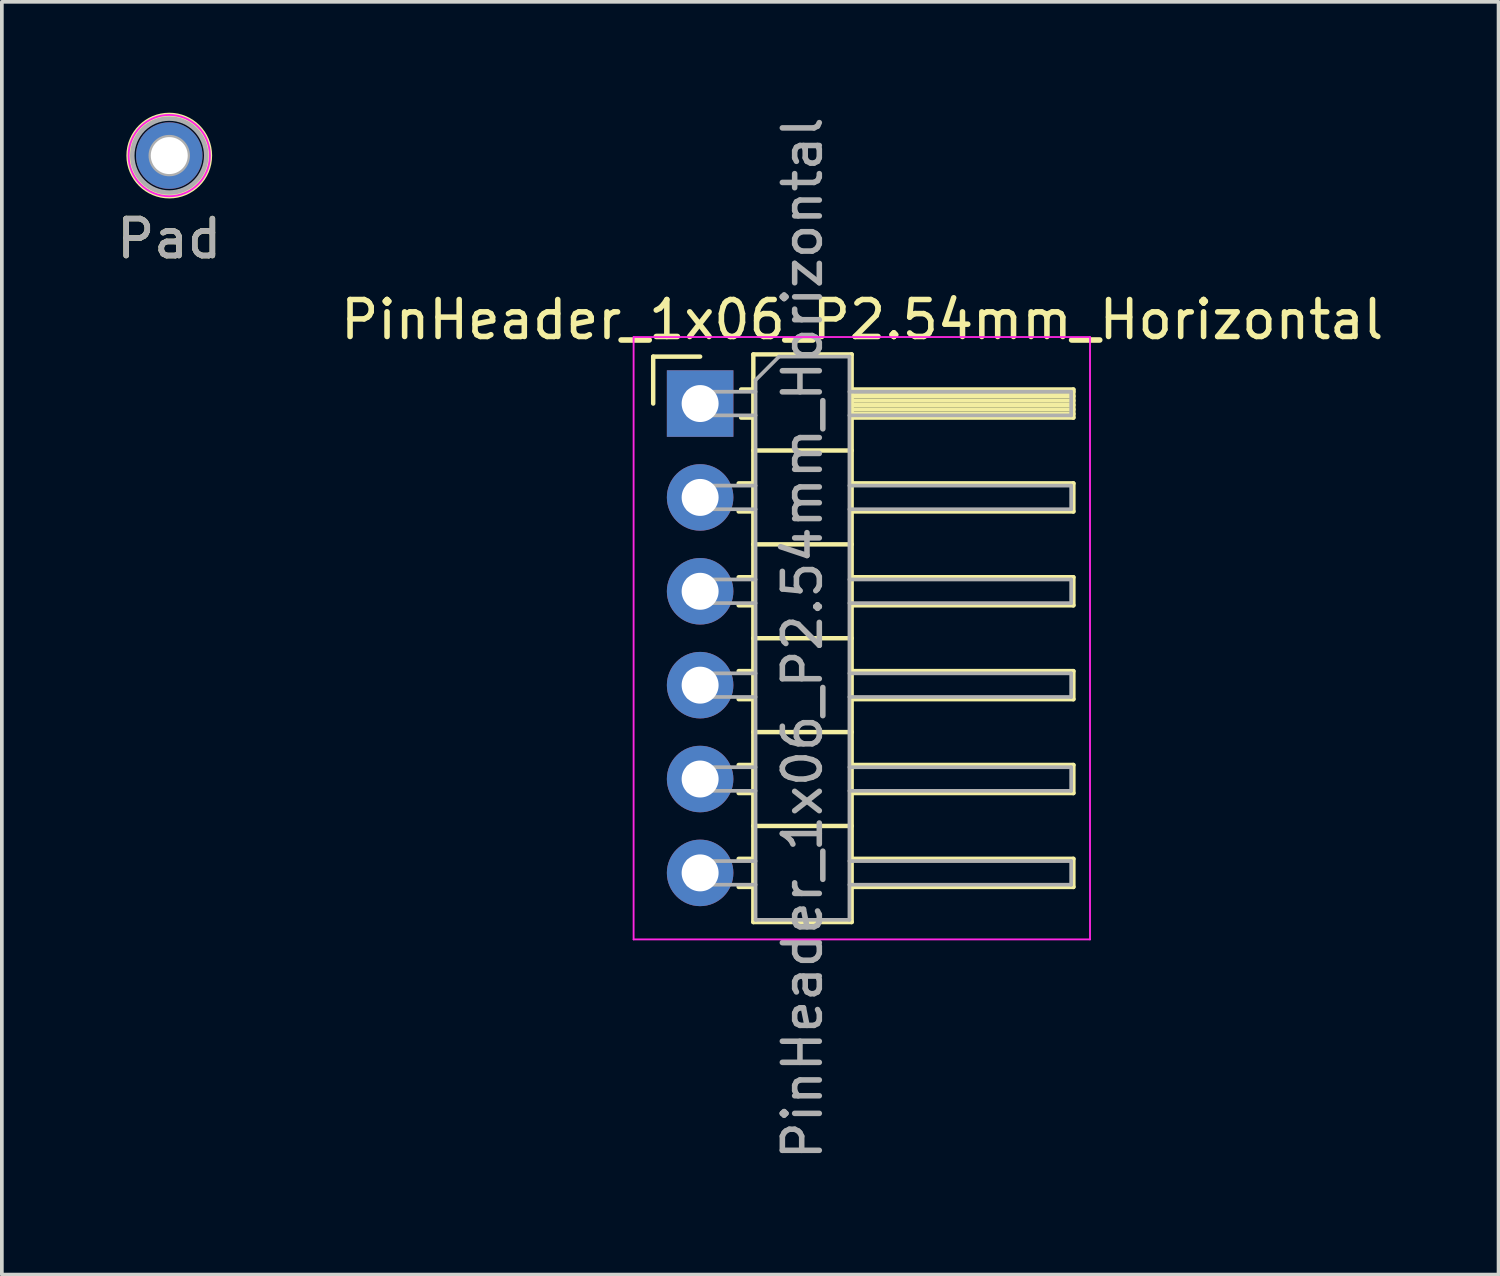
<source format=kicad_pcb>
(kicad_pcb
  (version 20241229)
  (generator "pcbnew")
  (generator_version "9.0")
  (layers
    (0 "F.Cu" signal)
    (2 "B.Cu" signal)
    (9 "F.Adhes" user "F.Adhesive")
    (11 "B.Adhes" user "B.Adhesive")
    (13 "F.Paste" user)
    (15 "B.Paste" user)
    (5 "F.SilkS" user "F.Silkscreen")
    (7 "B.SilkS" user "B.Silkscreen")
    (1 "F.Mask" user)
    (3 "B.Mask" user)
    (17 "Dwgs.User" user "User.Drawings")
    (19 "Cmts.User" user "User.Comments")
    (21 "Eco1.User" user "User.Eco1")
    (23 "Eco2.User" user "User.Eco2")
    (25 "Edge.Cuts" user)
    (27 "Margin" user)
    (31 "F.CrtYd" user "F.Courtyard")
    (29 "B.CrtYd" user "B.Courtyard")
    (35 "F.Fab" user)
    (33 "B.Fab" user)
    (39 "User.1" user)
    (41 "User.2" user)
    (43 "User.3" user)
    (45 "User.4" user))
  (footprint "PinHeader_1x06_P2.54mm_Horizontal"
    (layer "F.Cu")
    (at 15.895 7.87)
    (property "Reference" "PinHeader_1x06_P2.54mm_Horizontal" (at 4.385 -2.27 0) (layer "F.SilkS") (effects (font (size 1 1) (thickness 0.15))))
    (attr through_hole)
    (fp_line (start -1.27 -1.27) (end 0 -1.27) (stroke (width 0.12) (type solid)) (layer "F.SilkS"))
    (fp_line (start -1.27 0) (end -1.27 -1.27) (stroke (width 0.12) (type solid)) (layer "F.SilkS"))
    (fp_line (start 1.043 2.16) (end 1.44 2.16) (stroke (width 0.12) (type solid)) (layer "F.SilkS"))
    (fp_line (start 1.043 2.92) (end 1.44 2.92) (stroke (width 0.12) (type solid)) (layer "F.SilkS"))
    (fp_line (start 1.043 4.7) (end 1.44 4.7) (stroke (width 0.12) (type solid)) (layer "F.SilkS"))
    (fp_line (start 1.043 5.46) (end 1.44 5.46) (stroke (width 0.12) (type solid)) (layer "F.SilkS"))
    (fp_line (start 1.043 7.24) (end 1.44 7.24) (stroke (width 0.12) (type solid)) (layer "F.SilkS"))
    (fp_line (start 1.043 8) (end 1.44 8) (stroke (width 0.12) (type solid)) (layer "F.SilkS"))
    (fp_line (start 1.043 9.78) (end 1.44 9.78) (stroke (width 0.12) (type solid)) (layer "F.SilkS"))
    (fp_line (start 1.043 10.54) (end 1.44 10.54) (stroke (width 0.12) (type solid)) (layer "F.SilkS"))
    (fp_line (start 1.043 12.32) (end 1.44 12.32) (stroke (width 0.12) (type solid)) (layer "F.SilkS"))
    (fp_line (start 1.043 13.08) (end 1.44 13.08) (stroke (width 0.12) (type solid)) (layer "F.SilkS"))
    (fp_line (start 1.11 -0.38) (end 1.44 -0.38) (stroke (width 0.12) (type solid)) (layer "F.SilkS"))
    (fp_line (start 1.11 0.38) (end 1.44 0.38) (stroke (width 0.12) (type solid)) (layer "F.SilkS"))
    (fp_line (start 1.44 -1.33) (end 1.44 14.03) (stroke (width 0.12) (type solid)) (layer "F.SilkS"))
    (fp_line (start 1.44 1.27) (end 4.1 1.27) (stroke (width 0.12) (type solid)) (layer "F.SilkS"))
    (fp_line (start 1.44 3.81) (end 4.1 3.81) (stroke (width 0.12) (type solid)) (layer "F.SilkS"))
    (fp_line (start 1.44 6.35) (end 4.1 6.35) (stroke (width 0.12) (type solid)) (layer "F.SilkS"))
    (fp_line (start 1.44 8.89) (end 4.1 8.89) (stroke (width 0.12) (type solid)) (layer "F.SilkS"))
    (fp_line (start 1.44 11.43) (end 4.1 11.43) (stroke (width 0.12) (type solid)) (layer "F.SilkS"))
    (fp_line (start 1.44 14.03) (end 4.1 14.03) (stroke (width 0.12) (type solid)) (layer "F.SilkS"))
    (fp_line (start 4.1 -1.33) (end 1.44 -1.33) (stroke (width 0.12) (type solid)) (layer "F.SilkS"))
    (fp_line (start 4.1 -0.38) (end 10.1 -0.38) (stroke (width 0.12) (type solid)) (layer "F.SilkS"))
    (fp_line (start 4.1 -0.32) (end 10.1 -0.32) (stroke (width 0.12) (type solid)) (layer "F.SilkS"))
    (fp_line (start 4.1 -0.2) (end 10.1 -0.2) (stroke (width 0.12) (type solid)) (layer "F.SilkS"))
    (fp_line (start 4.1 -0.08) (end 10.1 -0.08) (stroke (width 0.12) (type solid)) (layer "F.SilkS"))
    (fp_line (start 4.1 0.04) (end 10.1 0.04) (stroke (width 0.12) (type solid)) (layer "F.SilkS"))
    (fp_line (start 4.1 0.16) (end 10.1 0.16) (stroke (width 0.12) (type solid)) (layer "F.SilkS"))
    (fp_line (start 4.1 0.28) (end 10.1 0.28) (stroke (width 0.12) (type solid)) (layer "F.SilkS"))
    (fp_line (start 4.1 2.16) (end 10.1 2.16) (stroke (width 0.12) (type solid)) (layer "F.SilkS"))
    (fp_line (start 4.1 4.7) (end 10.1 4.7) (stroke (width 0.12) (type solid)) (layer "F.SilkS"))
    (fp_line (start 4.1 7.24) (end 10.1 7.24) (stroke (width 0.12) (type solid)) (layer "F.SilkS"))
    (fp_line (start 4.1 9.78) (end 10.1 9.78) (stroke (width 0.12) (type solid)) (layer "F.SilkS"))
    (fp_line (start 4.1 12.32) (end 10.1 12.32) (stroke (width 0.12) (type solid)) (layer "F.SilkS"))
    (fp_line (start 4.1 14.03) (end 4.1 -1.33) (stroke (width 0.12) (type solid)) (layer "F.SilkS"))
    (fp_line (start 10.1 -0.38) (end 10.1 0.38) (stroke (width 0.12) (type solid)) (layer "F.SilkS"))
    (fp_line (start 10.1 0.38) (end 4.1 0.38) (stroke (width 0.12) (type solid)) (layer "F.SilkS"))
    (fp_line (start 10.1 2.16) (end 10.1 2.92) (stroke (width 0.12) (type solid)) (layer "F.SilkS"))
    (fp_line (start 10.1 2.92) (end 4.1 2.92) (stroke (width 0.12) (type solid)) (layer "F.SilkS"))
    (fp_line (start 10.1 4.7) (end 10.1 5.46) (stroke (width 0.12) (type solid)) (layer "F.SilkS"))
    (fp_line (start 10.1 5.46) (end 4.1 5.46) (stroke (width 0.12) (type solid)) (layer "F.SilkS"))
    (fp_line (start 10.1 7.24) (end 10.1 8) (stroke (width 0.12) (type solid)) (layer "F.SilkS"))
    (fp_line (start 10.1 8) (end 4.1 8) (stroke (width 0.12) (type solid)) (layer "F.SilkS"))
    (fp_line (start 10.1 9.78) (end 10.1 10.54) (stroke (width 0.12) (type solid)) (layer "F.SilkS"))
    (fp_line (start 10.1 10.54) (end 4.1 10.54) (stroke (width 0.12) (type solid)) (layer "F.SilkS"))
    (fp_line (start 10.1 12.32) (end 10.1 13.08) (stroke (width 0.12) (type solid)) (layer "F.SilkS"))
    (fp_line (start 10.1 13.08) (end 4.1 13.08) (stroke (width 0.12) (type solid)) (layer "F.SilkS"))
    (fp_line (start -1.8 -1.8) (end -1.8 14.5) (stroke (width 0.05) (type solid)) (layer "F.CrtYd"))
    (fp_line (start -1.8 14.5) (end 10.55 14.5) (stroke (width 0.05) (type solid)) (layer "F.CrtYd"))
    (fp_line (start 10.55 -1.8) (end -1.8 -1.8) (stroke (width 0.05) (type solid)) (layer "F.CrtYd"))
    (fp_line (start 10.55 14.5) (end 10.55 -1.8) (stroke (width 0.05) (type solid)) (layer "F.CrtYd"))
    (fp_line (start -0.32 -0.32) (end -0.32 0.32) (stroke (width 0.1) (type solid)) (layer "F.Fab"))
    (fp_line (start -0.32 -0.32) (end 1.5 -0.32) (stroke (width 0.1) (type solid)) (layer "F.Fab"))
    (fp_line (start -0.32 0.32) (end 1.5 0.32) (stroke (width 0.1) (type solid)) (layer "F.Fab"))
    (fp_line (start -0.32 2.22) (end -0.32 2.86) (stroke (width 0.1) (type solid)) (layer "F.Fab"))
    (fp_line (start -0.32 2.22) (end 1.5 2.22) (stroke (width 0.1) (type solid)) (layer "F.Fab"))
    (fp_line (start -0.32 2.86) (end 1.5 2.86) (stroke (width 0.1) (type solid)) (layer "F.Fab"))
    (fp_line (start -0.32 4.76) (end -0.32 5.4) (stroke (width 0.1) (type solid)) (layer "F.Fab"))
    (fp_line (start -0.32 4.76) (end 1.5 4.76) (stroke (width 0.1) (type solid)) (layer "F.Fab"))
    (fp_line (start -0.32 5.4) (end 1.5 5.4) (stroke (width 0.1) (type solid)) (layer "F.Fab"))
    (fp_line (start -0.32 7.3) (end -0.32 7.94) (stroke (width 0.1) (type solid)) (layer "F.Fab"))
    (fp_line (start -0.32 7.3) (end 1.5 7.3) (stroke (width 0.1) (type solid)) (layer "F.Fab"))
    (fp_line (start -0.32 7.94) (end 1.5 7.94) (stroke (width 0.1) (type solid)) (layer "F.Fab"))
    (fp_line (start -0.32 9.84) (end -0.32 10.48) (stroke (width 0.1) (type solid)) (layer "F.Fab"))
    (fp_line (start -0.32 9.84) (end 1.5 9.84) (stroke (width 0.1) (type solid)) (layer "F.Fab"))
    (fp_line (start -0.32 10.48) (end 1.5 10.48) (stroke (width 0.1) (type solid)) (layer "F.Fab"))
    (fp_line (start -0.32 12.38) (end -0.32 13.02) (stroke (width 0.1) (type solid)) (layer "F.Fab"))
    (fp_line (start -0.32 12.38) (end 1.5 12.38) (stroke (width 0.1) (type solid)) (layer "F.Fab"))
    (fp_line (start -0.32 13.02) (end 1.5 13.02) (stroke (width 0.1) (type solid)) (layer "F.Fab"))
    (fp_line (start 1.5 -0.635) (end 2.135 -1.27) (stroke (width 0.1) (type solid)) (layer "F.Fab"))
    (fp_line (start 1.5 13.97) (end 1.5 -0.635) (stroke (width 0.1) (type solid)) (layer "F.Fab"))
    (fp_line (start 2.135 -1.27) (end 4.04 -1.27) (stroke (width 0.1) (type solid)) (layer "F.Fab"))
    (fp_line (start 4.04 -1.27) (end 4.04 13.97) (stroke (width 0.1) (type solid)) (layer "F.Fab"))
    (fp_line (start 4.04 -0.32) (end 10.04 -0.32) (stroke (width 0.1) (type solid)) (layer "F.Fab"))
    (fp_line (start 4.04 0.32) (end 10.04 0.32) (stroke (width 0.1) (type solid)) (layer "F.Fab"))
    (fp_line (start 4.04 2.22) (end 10.04 2.22) (stroke (width 0.1) (type solid)) (layer "F.Fab"))
    (fp_line (start 4.04 2.86) (end 10.04 2.86) (stroke (width 0.1) (type solid)) (layer "F.Fab"))
    (fp_line (start 4.04 4.76) (end 10.04 4.76) (stroke (width 0.1) (type solid)) (layer "F.Fab"))
    (fp_line (start 4.04 5.4) (end 10.04 5.4) (stroke (width 0.1) (type solid)) (layer "F.Fab"))
    (fp_line (start 4.04 7.3) (end 10.04 7.3) (stroke (width 0.1) (type solid)) (layer "F.Fab"))
    (fp_line (start 4.04 7.94) (end 10.04 7.94) (stroke (width 0.1) (type solid)) (layer "F.Fab"))
    (fp_line (start 4.04 9.84) (end 10.04 9.84) (stroke (width 0.1) (type solid)) (layer "F.Fab"))
    (fp_line (start 4.04 10.48) (end 10.04 10.48) (stroke (width 0.1) (type solid)) (layer "F.Fab"))
    (fp_line (start 4.04 12.38) (end 10.04 12.38) (stroke (width 0.1) (type solid)) (layer "F.Fab"))
    (fp_line (start 4.04 13.02) (end 10.04 13.02) (stroke (width 0.1) (type solid)) (layer "F.Fab"))
    (fp_line (start 4.04 13.97) (end 1.5 13.97) (stroke (width 0.1) (type solid)) (layer "F.Fab"))
    (fp_line (start 10.04 -0.32) (end 10.04 0.32) (stroke (width 0.1) (type solid)) (layer "F.Fab"))
    (fp_line (start 10.04 2.22) (end 10.04 2.86) (stroke (width 0.1) (type solid)) (layer "F.Fab"))
    (fp_line (start 10.04 4.76) (end 10.04 5.4) (stroke (width 0.1) (type solid)) (layer "F.Fab"))
    (fp_line (start 10.04 7.3) (end 10.04 7.94) (stroke (width 0.1) (type solid)) (layer "F.Fab"))
    (fp_line (start 10.04 9.84) (end 10.04 10.48) (stroke (width 0.1) (type solid)) (layer "F.Fab"))
    (fp_line (start 10.04 12.38) (end 10.04 13.02) (stroke (width 0.1) (type solid)) (layer "F.Fab"))
    (fp_text user "${REFERENCE}" (at 2.77 6.35 90) (layer "F.Fab") (effects (font (size 1 1) (thickness 0.15))))
    (pad "1" thru_hole rect (at 0 0) (size 1.8 1.8) (drill 1) (layers "*.Cu" "*.Paste" "*.Mask"))
    (pad "2" thru_hole circle (at 0 2.54) (size 1.8 1.8) (drill 1) (layers "*.Cu" "*.Paste" "*.Mask"))
    (pad "3" thru_hole circle (at 0 5.08) (size 1.8 1.8) (drill 1) (layers "*.Cu" "*.Paste" "*.Mask"))
    (pad "4" thru_hole circle (at 0 7.62) (size 1.8 1.8) (drill 1) (layers "*.Cu" "*.Paste" "*.Mask"))
    (pad "5" thru_hole circle (at 0 10.16) (size 1.8 1.8) (drill 1) (layers "*.Cu" "*.Paste" "*.Mask"))
    (pad "6" thru_hole circle (at 0 12.7) (size 1.8 1.8) (drill 1) (layers "*.Cu" "*.Paste" "*.Mask")))
  (footprint "Pad"
    (layer "F.Cu")
    (at 1.53 1.16)
    (property "Reference" "Pad" (at 0 2.25 0) (layer "F.SilkS") (effects (font (size 1 1) (thickness 0.15))))
    (attr through_hole)
    (fp_circle (center 0 0) (end 1.1 0) (stroke (width 0.12) (type solid)) (fill no) (layer "F.SilkS"))
    (fp_circle (center 0 0) (end 1.1 0) (stroke (width 0.05) (type solid)) (fill no) (layer "F.CrtYd"))
    (fp_circle (center 0 0) (end 0.5 0) (stroke (width 0.12) (type solid)) (fill no) (layer "F.Fab"))
    (fp_circle (center 0 0) (end 1 0) (stroke (width 0.12) (type solid)) (fill no) (layer "F.Fab"))
    (fp_text user "${REFERENCE}" (at 0 2.25 0) (layer "F.Fab") (effects (font (size 1 1) (thickness 0.15))))
    (pad "1" thru_hole circle (at 0 0) (size 1.8 1.8) (drill 1) (layers "*.Cu" "*.Mask")))
  (gr_rect
    (start -3 -3)
    (end 37.5 31.44)
    (stroke (width 0.1) (type default))
    (fill no)
    (layer "Edge.Cuts")))
</source>
